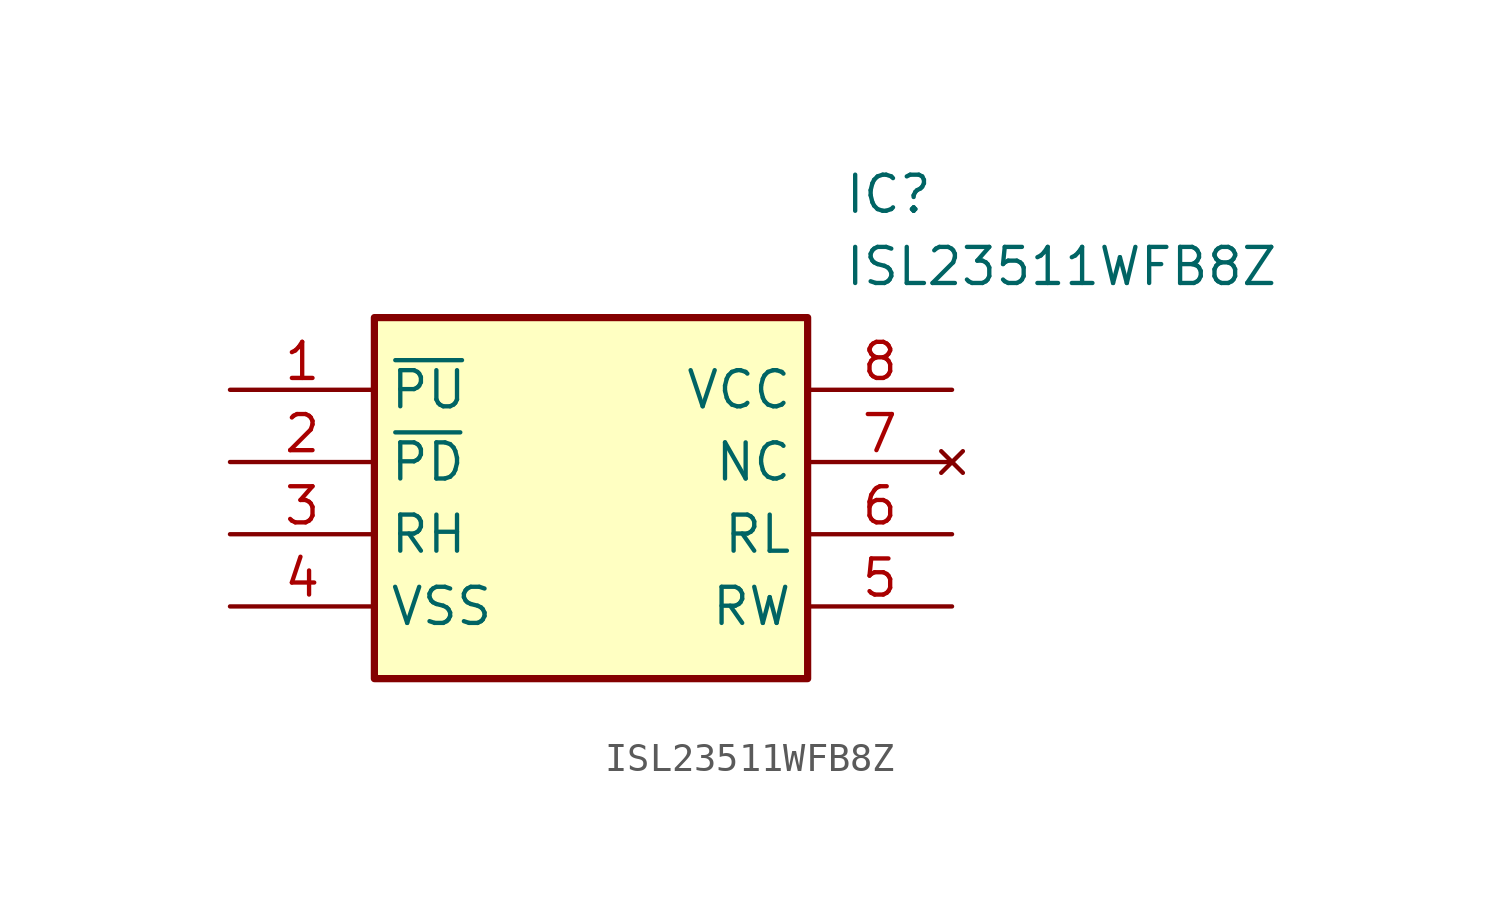
<source format=kicad_sym>
(kicad_symbol_lib
  (version 20211014)
  (generator SamacSys_ECAD_Model)
  (symbol "ISL23511WFB8Z"
    (property "Reference" "IC"
      (at 21.59 7.62 0)
      (effects (font (size 1.27 1.27)) (justify left top)))
    (property "Value" "ISL23511WFB8Z"
      (at 21.59 5.08 0)
      (effects (font (size 1.27 1.27)) (justify left top)))
    (rectangle
      (start 5.08 2.54)
      (end 20.32 -10.16)
      (stroke (width 0.254) (type default))
      (fill (type background)))
    (pin passive line
      (at 0 0 0)
      (length 5.08)
      (name "~{PU}" (effects (font (size 1.27 1.27))))
      (number "1" (effects (font (size 1.27 1.27)))))
    (pin passive line
      (at 0 -2.54 0)
      (length 5.08)
      (name "~{PD}" (effects (font (size 1.27 1.27))))
      (number "2" (effects (font (size 1.27 1.27)))))
    (pin passive line
      (at 0 -5.08 0)
      (length 5.08)
      (name "RH" (effects (font (size 1.27 1.27))))
      (number "3" (effects (font (size 1.27 1.27)))))
    (pin passive line
      (at 0 -7.62 0)
      (length 5.08)
      (name "VSS" (effects (font (size 1.27 1.27))))
      (number "4" (effects (font (size 1.27 1.27)))))
    (pin passive line
      (at 25.4 0 180)
      (length 5.08)
      (name "VCC" (effects (font (size 1.27 1.27))))
      (number "8" (effects (font (size 1.27 1.27)))))
    (pin no_connect line
      (at 25.4 -2.54 180)
      (length 5.08)
      (name "NC" (effects (font (size 1.27 1.27))))
      (number "7" (effects (font (size 1.27 1.27)))))
    (pin passive line
      (at 25.4 -5.08 180)
      (length 5.08)
      (name "RL" (effects (font (size 1.27 1.27))))
      (number "6" (effects (font (size 1.27 1.27)))))
    (pin passive line
      (at 25.4 -7.62 180)
      (length 5.08)
      (name "RW" (effects (font (size 1.27 1.27))))
      (number "5" (effects (font (size 1.27 1.27)))))))
</source>
